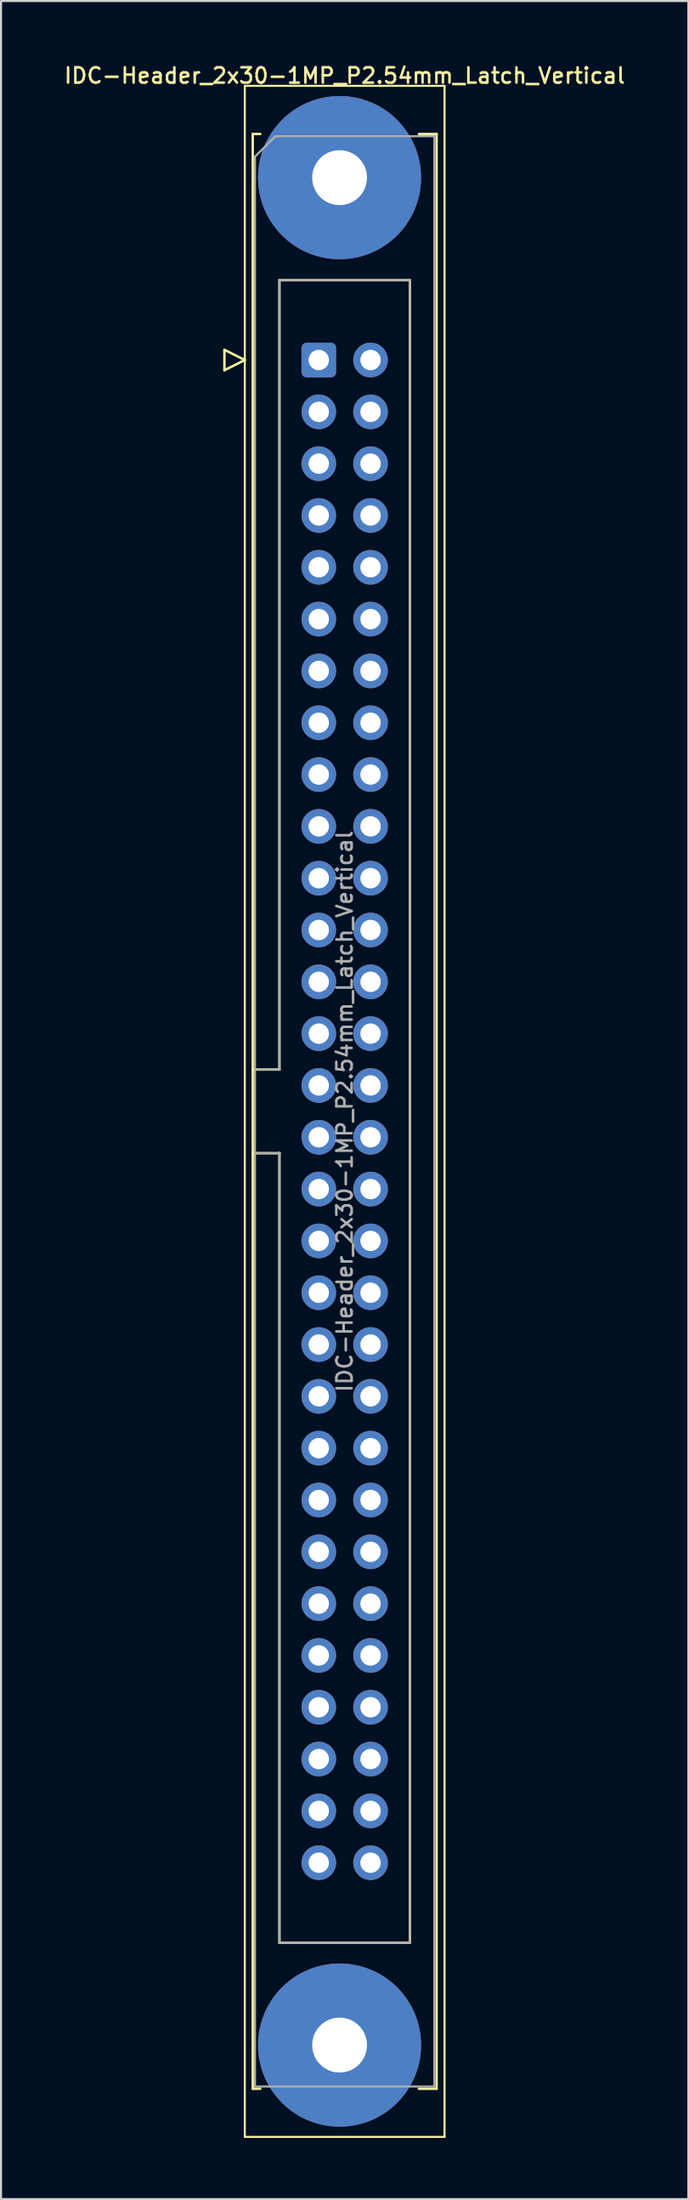
<source format=kicad_pcb>
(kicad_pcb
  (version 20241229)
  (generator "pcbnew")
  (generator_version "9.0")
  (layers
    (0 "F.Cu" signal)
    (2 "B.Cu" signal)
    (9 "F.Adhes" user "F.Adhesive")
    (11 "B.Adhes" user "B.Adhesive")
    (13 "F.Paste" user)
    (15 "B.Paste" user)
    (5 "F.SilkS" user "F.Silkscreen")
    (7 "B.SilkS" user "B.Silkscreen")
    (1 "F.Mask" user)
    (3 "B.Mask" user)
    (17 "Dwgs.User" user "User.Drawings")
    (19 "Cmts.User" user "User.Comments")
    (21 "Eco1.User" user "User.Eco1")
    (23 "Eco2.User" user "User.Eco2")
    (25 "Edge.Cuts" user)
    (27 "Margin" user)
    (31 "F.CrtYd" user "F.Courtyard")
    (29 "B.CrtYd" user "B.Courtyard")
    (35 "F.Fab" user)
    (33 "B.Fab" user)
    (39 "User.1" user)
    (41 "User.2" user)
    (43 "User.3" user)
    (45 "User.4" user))
  (footprint "IDC-Header_2x30-1MP_P2.54mm_Latch_Vertical"
    (layer "F.Cu")
    (at 12.592 14.598)
    (property "Reference" "IDC-Header_2x30-1MP_P2.54mm_Latch_Vertical" (at 1.27 -13.94 0) (layer "F.SilkS") (effects (font (size 0.75 0.75) (thickness 0.125))))
    (attr through_hole)
    (fp_line (start -4.63 -0.5) (end -4.63 0.5) (stroke (width 0.12) (type solid)) (layer "F.SilkS"))
    (fp_line (start -4.63 0.5) (end -3.63 0) (stroke (width 0.12) (type solid)) (layer "F.SilkS"))
    (fp_line (start -3.63 -13.44) (end -3.63 87.1) (stroke (width 0.1) (type solid)) (layer "F.SilkS"))
    (fp_line (start -3.63 0) (end -4.63 -0.5) (stroke (width 0.12) (type solid)) (layer "F.SilkS"))
    (fp_line (start -3.63 87.1) (end 6.17 87.1) (stroke (width 0.1) (type solid)) (layer "F.SilkS"))
    (fp_line (start -3.24 -11.08) (end -3.24 84.74) (stroke (width 0.12) (type solid)) (layer "F.SilkS"))
    (fp_line (start -3.24 34.78) (end -1.93 34.78) (stroke (width 0.12) (type solid)) (layer "F.SilkS"))
    (fp_line (start -3.24 84.74) (end -2.87 84.74) (stroke (width 0.12) (type solid)) (layer "F.SilkS"))
    (fp_line (start -2.87 -11.08) (end -3.24 -11.08) (stroke (width 0.12) (type solid)) (layer "F.SilkS"))
    (fp_line (start -1.93 -3.92) (end 4.47 -3.92) (stroke (width 0.12) (type solid)) (layer "F.SilkS"))
    (fp_line (start -1.93 34.78) (end -1.93 -3.92) (stroke (width 0.12) (type solid)) (layer "F.SilkS"))
    (fp_line (start -1.93 38.88) (end -3.24 38.88) (stroke (width 0.12) (type solid)) (layer "F.SilkS"))
    (fp_line (start -1.93 38.88) (end -1.93 38.88) (stroke (width 0.12) (type solid)) (layer "F.SilkS"))
    (fp_line (start -1.93 77.58) (end -1.93 38.88) (stroke (width 0.12) (type solid)) (layer "F.SilkS"))
    (fp_line (start 4.47 -3.92) (end 4.47 77.58) (stroke (width 0.12) (type solid)) (layer "F.SilkS"))
    (fp_line (start 4.47 77.58) (end -1.93 77.58) (stroke (width 0.12) (type solid)) (layer "F.SilkS"))
    (fp_line (start 4.91 -11.08) (end 5.78 -11.08) (stroke (width 0.12) (type solid)) (layer "F.SilkS"))
    (fp_line (start 5.78 -11.08) (end 5.78 84.74) (stroke (width 0.12) (type solid)) (layer "F.SilkS"))
    (fp_line (start 5.78 84.74) (end 4.91 84.74) (stroke (width 0.12) (type solid)) (layer "F.SilkS"))
    (fp_line (start 6.17 -13.44) (end -3.63 -13.44) (stroke (width 0.1) (type solid)) (layer "F.SilkS"))
    (fp_line (start 6.17 87.1) (end 6.17 -13.44) (stroke (width 0.1) (type solid)) (layer "F.SilkS"))
    (fp_line (start -3.13 -9.97) (end -2.13 -10.97) (stroke (width 0.1) (type solid)) (layer "F.Fab"))
    (fp_line (start -3.13 34.78) (end -1.93 34.78) (stroke (width 0.1) (type solid)) (layer "F.Fab"))
    (fp_line (start -3.13 84.63) (end -3.13 -9.97) (stroke (width 0.1) (type solid)) (layer "F.Fab"))
    (fp_line (start -2.13 -10.97) (end 5.67 -10.97) (stroke (width 0.1) (type solid)) (layer "F.Fab"))
    (fp_line (start -1.93 -3.92) (end 4.47 -3.92) (stroke (width 0.1) (type solid)) (layer "F.Fab"))
    (fp_line (start -1.93 34.78) (end -1.93 -3.92) (stroke (width 0.1) (type solid)) (layer "F.Fab"))
    (fp_line (start -1.93 38.88) (end -3.13 38.88) (stroke (width 0.1) (type solid)) (layer "F.Fab"))
    (fp_line (start -1.93 38.88) (end -1.93 38.88) (stroke (width 0.1) (type solid)) (layer "F.Fab"))
    (fp_line (start -1.93 77.58) (end -1.93 38.88) (stroke (width 0.1) (type solid)) (layer "F.Fab"))
    (fp_line (start 4.47 -3.92) (end 4.47 77.58) (stroke (width 0.1) (type solid)) (layer "F.Fab"))
    (fp_line (start 4.47 77.58) (end -1.93 77.58) (stroke (width 0.1) (type solid)) (layer "F.Fab"))
    (fp_line (start 5.67 -10.97) (end 5.67 84.63) (stroke (width 0.1) (type solid)) (layer "F.Fab"))
    (fp_line (start 5.67 84.63) (end -3.13 84.63) (stroke (width 0.1) (type solid)) (layer "F.Fab"))
    (fp_text user "${REFERENCE}" (at 1.27 36.83 90) (layer "F.Fab") (effects (font (size 0.75 0.75) (thickness 0.125))))
    (pad "1" thru_hole roundrect (at 0 0) (size 1.7 1.7) (drill 1) (layers "*.Cu" "*.Mask") (roundrect_rratio 0.147))
    (pad "2" thru_hole circle (at 2.54 0) (size 1.7 1.7) (drill 1) (layers "*.Cu" "*.Mask"))
    (pad "3" thru_hole circle (at 0 2.54) (size 1.7 1.7) (drill 1) (layers "*.Cu" "*.Mask"))
    (pad "4" thru_hole circle (at 2.54 2.54) (size 1.7 1.7) (drill 1) (layers "*.Cu" "*.Mask"))
    (pad "5" thru_hole circle (at 0 5.08) (size 1.7 1.7) (drill 1) (layers "*.Cu" "*.Mask"))
    (pad "6" thru_hole circle (at 2.54 5.08) (size 1.7 1.7) (drill 1) (layers "*.Cu" "*.Mask"))
    (pad "7" thru_hole circle (at 0 7.62) (size 1.7 1.7) (drill 1) (layers "*.Cu" "*.Mask"))
    (pad "8" thru_hole circle (at 2.54 7.62) (size 1.7 1.7) (drill 1) (layers "*.Cu" "*.Mask"))
    (pad "9" thru_hole circle (at 0 10.16) (size 1.7 1.7) (drill 1) (layers "*.Cu" "*.Mask"))
    (pad "10" thru_hole circle (at 2.54 10.16) (size 1.7 1.7) (drill 1) (layers "*.Cu" "*.Mask"))
    (pad "11" thru_hole circle (at 0 12.7) (size 1.7 1.7) (drill 1) (layers "*.Cu" "*.Mask"))
    (pad "12" thru_hole circle (at 2.54 12.7) (size 1.7 1.7) (drill 1) (layers "*.Cu" "*.Mask"))
    (pad "13" thru_hole circle (at 0 15.24) (size 1.7 1.7) (drill 1) (layers "*.Cu" "*.Mask"))
    (pad "14" thru_hole circle (at 2.54 15.24) (size 1.7 1.7) (drill 1) (layers "*.Cu" "*.Mask"))
    (pad "15" thru_hole circle (at 0 17.78) (size 1.7 1.7) (drill 1) (layers "*.Cu" "*.Mask"))
    (pad "16" thru_hole circle (at 2.54 17.78) (size 1.7 1.7) (drill 1) (layers "*.Cu" "*.Mask"))
    (pad "17" thru_hole circle (at 0 20.32) (size 1.7 1.7) (drill 1) (layers "*.Cu" "*.Mask"))
    (pad "18" thru_hole circle (at 2.54 20.32) (size 1.7 1.7) (drill 1) (layers "*.Cu" "*.Mask"))
    (pad "19" thru_hole circle (at 0 22.86) (size 1.7 1.7) (drill 1) (layers "*.Cu" "*.Mask"))
    (pad "20" thru_hole circle (at 2.54 22.86) (size 1.7 1.7) (drill 1) (layers "*.Cu" "*.Mask"))
    (pad "21" thru_hole circle (at 0 25.4) (size 1.7 1.7) (drill 1) (layers "*.Cu" "*.Mask"))
    (pad "22" thru_hole circle (at 2.54 25.4) (size 1.7 1.7) (drill 1) (layers "*.Cu" "*.Mask"))
    (pad "23" thru_hole circle (at 0 27.94) (size 1.7 1.7) (drill 1) (layers "*.Cu" "*.Mask"))
    (pad "24" thru_hole circle (at 2.54 27.94) (size 1.7 1.7) (drill 1) (layers "*.Cu" "*.Mask"))
    (pad "25" thru_hole circle (at 0 30.48) (size 1.7 1.7) (drill 1) (layers "*.Cu" "*.Mask"))
    (pad "26" thru_hole circle (at 2.54 30.48) (size 1.7 1.7) (drill 1) (layers "*.Cu" "*.Mask"))
    (pad "27" thru_hole circle (at 0 33.02) (size 1.7 1.7) (drill 1) (layers "*.Cu" "*.Mask"))
    (pad "28" thru_hole circle (at 2.54 33.02) (size 1.7 1.7) (drill 1) (layers "*.Cu" "*.Mask"))
    (pad "29" thru_hole circle (at 0 35.56) (size 1.7 1.7) (drill 1) (layers "*.Cu" "*.Mask"))
    (pad "30" thru_hole circle (at 2.54 35.56) (size 1.7 1.7) (drill 1) (layers "*.Cu" "*.Mask"))
    (pad "31" thru_hole circle (at 0 38.1) (size 1.7 1.7) (drill 1) (layers "*.Cu" "*.Mask"))
    (pad "32" thru_hole circle (at 2.54 38.1) (size 1.7 1.7) (drill 1) (layers "*.Cu" "*.Mask"))
    (pad "33" thru_hole circle (at 0 40.64) (size 1.7 1.7) (drill 1) (layers "*.Cu" "*.Mask"))
    (pad "34" thru_hole circle (at 2.54 40.64) (size 1.7 1.7) (drill 1) (layers "*.Cu" "*.Mask"))
    (pad "35" thru_hole circle (at 0 43.18) (size 1.7 1.7) (drill 1) (layers "*.Cu" "*.Mask"))
    (pad "36" thru_hole circle (at 2.54 43.18) (size 1.7 1.7) (drill 1) (layers "*.Cu" "*.Mask"))
    (pad "37" thru_hole circle (at 0 45.72) (size 1.7 1.7) (drill 1) (layers "*.Cu" "*.Mask"))
    (pad "38" thru_hole circle (at 2.54 45.72) (size 1.7 1.7) (drill 1) (layers "*.Cu" "*.Mask"))
    (pad "39" thru_hole circle (at 0 48.26) (size 1.7 1.7) (drill 1) (layers "*.Cu" "*.Mask"))
    (pad "40" thru_hole circle (at 2.54 48.26) (size 1.7 1.7) (drill 1) (layers "*.Cu" "*.Mask"))
    (pad "41" thru_hole circle (at 0 50.8) (size 1.7 1.7) (drill 1) (layers "*.Cu" "*.Mask"))
    (pad "42" thru_hole circle (at 2.54 50.8) (size 1.7 1.7) (drill 1) (layers "*.Cu" "*.Mask"))
    (pad "43" thru_hole circle (at 0 53.34) (size 1.7 1.7) (drill 1) (layers "*.Cu" "*.Mask"))
    (pad "44" thru_hole circle (at 2.54 53.34) (size 1.7 1.7) (drill 1) (layers "*.Cu" "*.Mask"))
    (pad "45" thru_hole circle (at 0 55.88) (size 1.7 1.7) (drill 1) (layers "*.Cu" "*.Mask"))
    (pad "46" thru_hole circle (at 2.54 55.88) (size 1.7 1.7) (drill 1) (layers "*.Cu" "*.Mask"))
    (pad "47" thru_hole circle (at 0 58.42) (size 1.7 1.7) (drill 1) (layers "*.Cu" "*.Mask"))
    (pad "48" thru_hole circle (at 2.54 58.42) (size 1.7 1.7) (drill 1) (layers "*.Cu" "*.Mask"))
    (pad "49" thru_hole circle (at 0 60.96) (size 1.7 1.7) (drill 1) (layers "*.Cu" "*.Mask"))
    (pad "50" thru_hole circle (at 2.54 60.96) (size 1.7 1.7) (drill 1) (layers "*.Cu" "*.Mask"))
    (pad "51" thru_hole circle (at 0 63.5) (size 1.7 1.7) (drill 1) (layers "*.Cu" "*.Mask"))
    (pad "52" thru_hole circle (at 2.54 63.5) (size 1.7 1.7) (drill 1) (layers "*.Cu" "*.Mask"))
    (pad "53" thru_hole circle (at 0 66.04) (size 1.7 1.7) (drill 1) (layers "*.Cu" "*.Mask"))
    (pad "54" thru_hole circle (at 2.54 66.04) (size 1.7 1.7) (drill 1) (layers "*.Cu" "*.Mask"))
    (pad "55" thru_hole circle (at 0 68.58) (size 1.7 1.7) (drill 1) (layers "*.Cu" "*.Mask"))
    (pad "56" thru_hole circle (at 2.54 68.58) (size 1.7 1.7) (drill 1) (layers "*.Cu" "*.Mask"))
    (pad "57" thru_hole circle (at 0 71.12) (size 1.7 1.7) (drill 1) (layers "*.Cu" "*.Mask"))
    (pad "58" thru_hole circle (at 2.54 71.12) (size 1.7 1.7) (drill 1) (layers "*.Cu" "*.Mask"))
    (pad "59" thru_hole circle (at 0 73.66) (size 1.7 1.7) (drill 1) (layers "*.Cu" "*.Mask"))
    (pad "60" thru_hole circle (at 2.54 73.66) (size 1.7 1.7) (drill 1) (layers "*.Cu" "*.Mask"))
    (pad "MP" thru_hole circle (at 1.02 -8.94) (size 8 8) (drill 2.69) (layers "*.Cu" "*.Mask"))
    (pad "MP" thru_hole circle (at 1.02 82.6) (size 8 8) (drill 2.69) (layers "*.Cu" "*.Mask")))
  (gr_rect
    (start -3 -3)
    (end 30.725 104.748)
    (stroke (width 0.1) (type default))
    (fill no)
    (layer "Edge.Cuts")))
</source>
